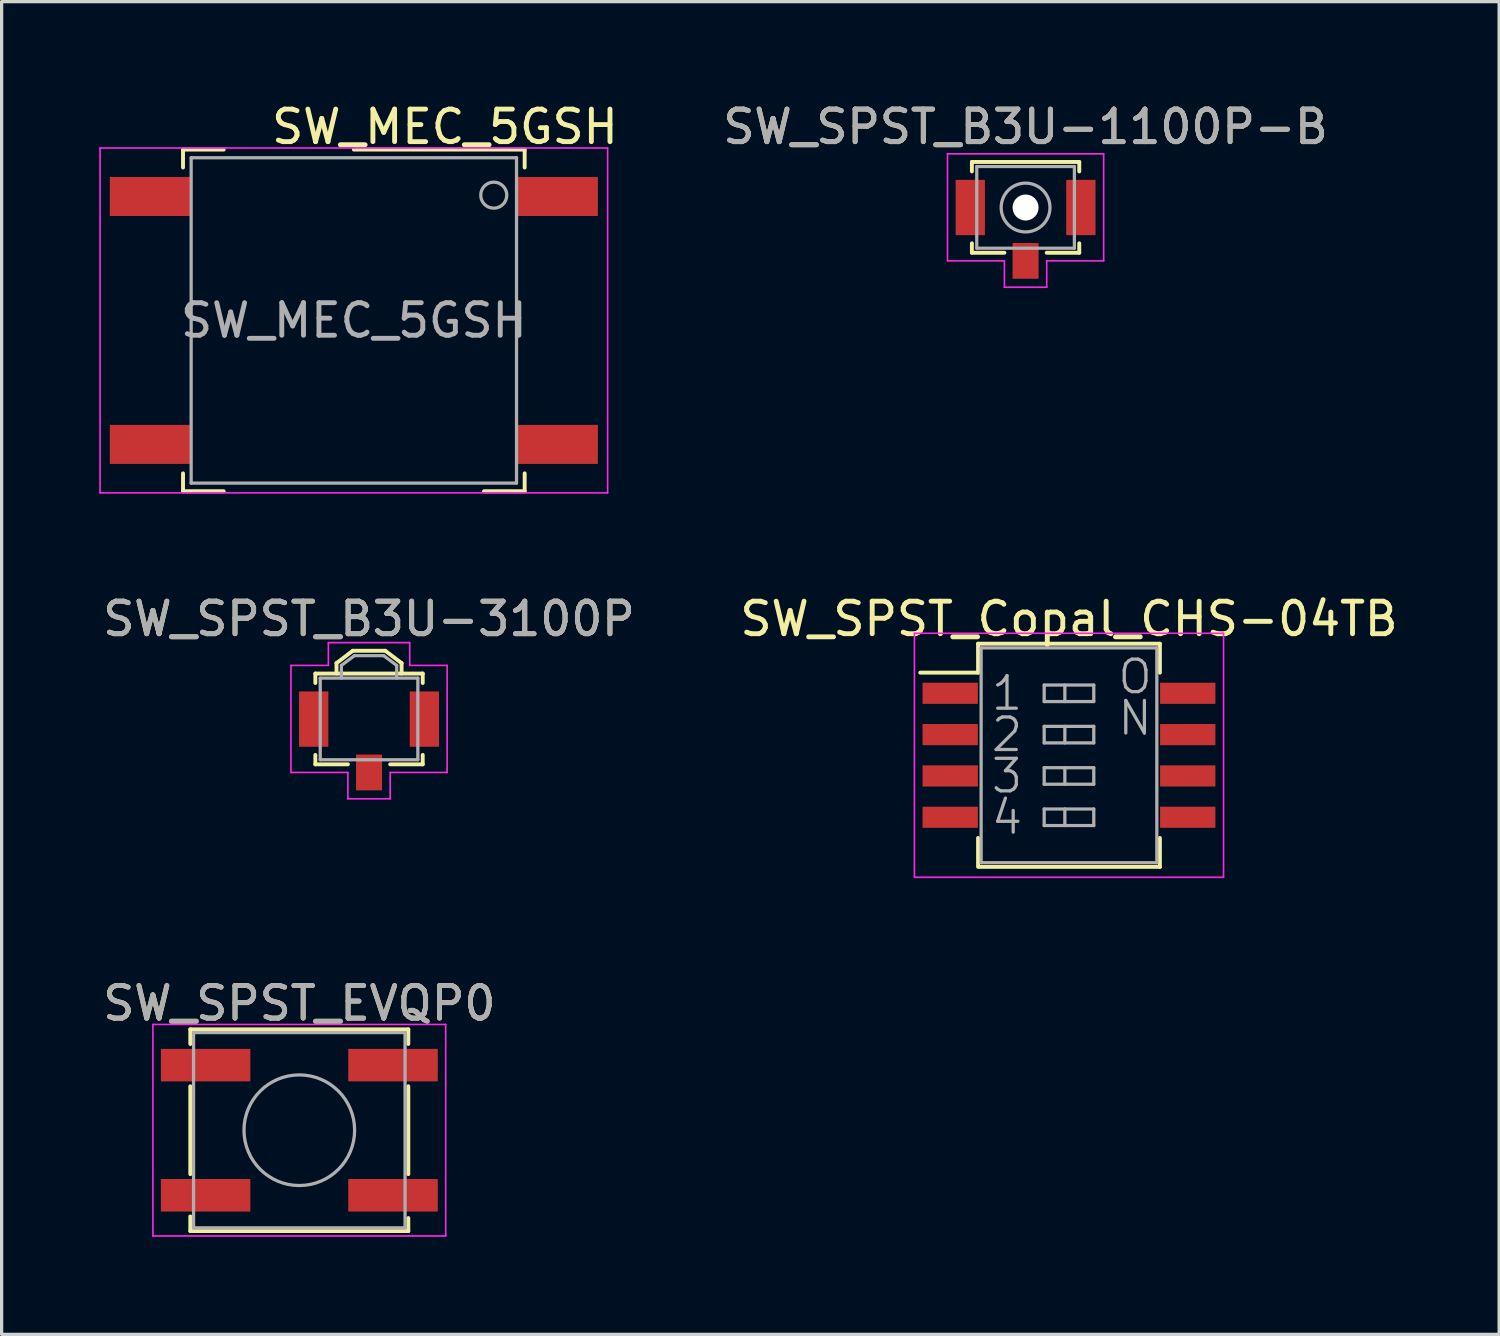
<source format=kicad_pcb>
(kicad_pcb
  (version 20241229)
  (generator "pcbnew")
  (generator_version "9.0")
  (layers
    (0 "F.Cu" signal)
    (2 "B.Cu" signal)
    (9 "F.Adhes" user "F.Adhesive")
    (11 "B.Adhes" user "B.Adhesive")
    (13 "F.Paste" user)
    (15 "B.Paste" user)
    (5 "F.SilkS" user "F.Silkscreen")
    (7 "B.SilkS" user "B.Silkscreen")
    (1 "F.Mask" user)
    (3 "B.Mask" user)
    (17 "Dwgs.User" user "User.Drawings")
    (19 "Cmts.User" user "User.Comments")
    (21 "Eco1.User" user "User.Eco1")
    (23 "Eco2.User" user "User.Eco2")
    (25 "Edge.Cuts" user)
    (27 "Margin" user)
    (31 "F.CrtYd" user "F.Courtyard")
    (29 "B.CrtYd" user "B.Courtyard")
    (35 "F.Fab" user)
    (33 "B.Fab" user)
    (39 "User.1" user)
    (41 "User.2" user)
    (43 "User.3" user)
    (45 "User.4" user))
  (footprint "SW_SPST_EVQP0"
    (layer "F.Cu")
    (at 6.149 31.686)
    (property "Reference" "SW_SPST_EVQP0" (at 0 -3.9 0) (layer "F.SilkS") (effects (font (size 1 1) (thickness 0.15))))
    (attr smd)
    (fp_line (start -3.35 -3.1) (end 3.35 -3.1) (stroke (width 0.12) (type solid)) (layer "F.SilkS"))
    (fp_line (start -3.35 -2.65) (end -3.35 -3.1) (stroke (width 0.12) (type solid)) (layer "F.SilkS"))
    (fp_line (start -3.35 1.35) (end -3.35 -1.35) (stroke (width 0.12) (type solid)) (layer "F.SilkS"))
    (fp_line (start -3.35 2.65) (end -3.35 3.1) (stroke (width 0.12) (type solid)) (layer "F.SilkS"))
    (fp_line (start -3.35 3.1) (end 3.35 3.1) (stroke (width 0.12) (type solid)) (layer "F.SilkS"))
    (fp_line (start 3.35 -3.1) (end 3.35 -2.65) (stroke (width 0.12) (type solid)) (layer "F.SilkS"))
    (fp_line (start 3.35 -1.35) (end 3.35 1.35) (stroke (width 0.12) (type solid)) (layer "F.SilkS"))
    (fp_line (start 3.35 3.1) (end 3.35 2.7) (stroke (width 0.12) (type solid)) (layer "F.SilkS"))
    (fp_line (start -4.5 -3.25) (end 4.5 -3.25) (stroke (width 0.05) (type solid)) (layer "F.CrtYd"))
    (fp_line (start -4.5 3.25) (end -4.5 -3.25) (stroke (width 0.05) (type solid)) (layer "F.CrtYd"))
    (fp_line (start 4.5 -3.25) (end 4.5 3.25) (stroke (width 0.05) (type solid)) (layer "F.CrtYd"))
    (fp_line (start 4.5 3.25) (end -4.5 3.25) (stroke (width 0.05) (type solid)) (layer "F.CrtYd"))
    (fp_line (start -3.25 -3) (end 3.25 -3) (stroke (width 0.1) (type solid)) (layer "F.Fab"))
    (fp_line (start -3.25 3) (end -3.25 -3) (stroke (width 0.1) (type solid)) (layer "F.Fab"))
    (fp_line (start 3.25 -3) (end 3.25 3) (stroke (width 0.1) (type solid)) (layer "F.Fab"))
    (fp_line (start 3.25 3) (end -3.25 3) (stroke (width 0.1) (type solid)) (layer "F.Fab"))
    (fp_circle (center 0 0) (end 1.7 0) (stroke (width 0.1) (type solid)) (fill no) (layer "F.Fab"))
    (fp_text user "${REFERENCE}" (at 0 -3.9 0) (layer "F.Fab") (effects (font (size 1 1) (thickness 0.15))))
    (pad "1" smd rect (at -2.88 -2) (size 2.75 1) (layers "F.Cu" "F.Mask" "F.Paste"))
    (pad "1" smd rect (at 2.88 -2) (size 2.75 1) (layers "F.Cu" "F.Mask" "F.Paste"))
    (pad "2" smd rect (at -2.88 2) (size 2.75 1) (layers "F.Cu" "F.Mask" "F.Paste"))
    (pad "2" smd rect (at 2.88 2) (size 2.75 1) (layers "F.Cu" "F.Mask" "F.Paste")))
  (footprint "SW_SPST_Copal_CHS-04TB"
    (layer "F.Cu")
    (at 29.804 20.163)
    (property "Reference" "SW_SPST_Copal_CHS-04TB" (at 0 -4.191 0) (layer "F.SilkS") (effects (font (size 1 1) (thickness 0.15))))
    (attr smd)
    (fp_line (start -2.794 -3.429) (end -2.794 -2.54) (stroke (width 0.12) (type solid)) (layer "F.SilkS"))
    (fp_line (start -2.794 -3.429) (end 2.794 -3.429) (stroke (width 0.12) (type solid)) (layer "F.SilkS"))
    (fp_line (start -2.794 -2.54) (end -4.572 -2.54) (stroke (width 0.12) (type solid)) (layer "F.SilkS"))
    (fp_line (start -2.794 3.429) (end -2.794 2.54) (stroke (width 0.12) (type solid)) (layer "F.SilkS"))
    (fp_line (start -2.75 3.429) (end 2.794 3.429) (stroke (width 0.12) (type solid)) (layer "F.SilkS"))
    (fp_line (start 2.794 -3.429) (end 2.794 -2.54) (stroke (width 0.12) (type solid)) (layer "F.SilkS"))
    (fp_line (start 2.794 3.429) (end 2.794 2.54) (stroke (width 0.12) (type solid)) (layer "F.SilkS"))
    (fp_line (start -4.75 -3.75) (end -4.75 3.75) (stroke (width 0.05) (type solid)) (layer "F.CrtYd"))
    (fp_line (start -4.75 -3.75) (end 4.75 -3.75) (stroke (width 0.05) (type solid)) (layer "F.CrtYd"))
    (fp_line (start -4.75 3.75) (end 4.75 3.75) (stroke (width 0.05) (type solid)) (layer "F.CrtYd"))
    (fp_line (start 4.75 -3.75) (end 4.75 3.75) (stroke (width 0.05) (type solid)) (layer "F.CrtYd"))
    (fp_line (start -2.7 -3.3) (end 2.7 -3.3) (stroke (width 0.1) (type solid)) (layer "F.Fab"))
    (fp_line (start -2.7 3.3) (end -2.7 -3.3) (stroke (width 0.1) (type solid)) (layer "F.Fab"))
    (fp_line (start -0.762 -2.159) (end -0.762 -1.651) (stroke (width 0.1) (type solid)) (layer "F.Fab"))
    (fp_line (start -0.762 -1.651) (end 0.762 -1.651) (stroke (width 0.1) (type solid)) (layer "F.Fab"))
    (fp_line (start -0.762 -0.889) (end -0.762 -0.381) (stroke (width 0.1) (type solid)) (layer "F.Fab"))
    (fp_line (start -0.762 -0.381) (end 0.762 -0.381) (stroke (width 0.1) (type solid)) (layer "F.Fab"))
    (fp_line (start -0.762 0.381) (end -0.762 0.889) (stroke (width 0.1) (type solid)) (layer "F.Fab"))
    (fp_line (start -0.762 0.889) (end 0.762 0.889) (stroke (width 0.1) (type solid)) (layer "F.Fab"))
    (fp_line (start -0.762 1.651) (end -0.762 2.159) (stroke (width 0.1) (type solid)) (layer "F.Fab"))
    (fp_line (start -0.762 2.159) (end 0.762 2.159) (stroke (width 0.1) (type solid)) (layer "F.Fab"))
    (fp_line (start -0.127 -2.159) (end -0.127 -1.651) (stroke (width 0.1) (type solid)) (layer "F.Fab"))
    (fp_line (start -0.127 -0.889) (end -0.127 -0.381) (stroke (width 0.1) (type solid)) (layer "F.Fab"))
    (fp_line (start -0.127 0.381) (end -0.127 0.889) (stroke (width 0.1) (type solid)) (layer "F.Fab"))
    (fp_line (start -0.127 1.651) (end -0.127 2.159) (stroke (width 0.1) (type solid)) (layer "F.Fab"))
    (fp_line (start 0.762 -2.159) (end -0.762 -2.159) (stroke (width 0.1) (type solid)) (layer "F.Fab"))
    (fp_line (start 0.762 -1.651) (end 0.762 -2.159) (stroke (width 0.1) (type solid)) (layer "F.Fab"))
    (fp_line (start 0.762 -0.889) (end -0.762 -0.889) (stroke (width 0.1) (type solid)) (layer "F.Fab"))
    (fp_line (start 0.762 -0.381) (end 0.762 -0.889) (stroke (width 0.1) (type solid)) (layer "F.Fab"))
    (fp_line (start 0.762 0.381) (end -0.762 0.381) (stroke (width 0.1) (type solid)) (layer "F.Fab"))
    (fp_line (start 0.762 0.889) (end 0.762 0.381) (stroke (width 0.1) (type solid)) (layer "F.Fab"))
    (fp_line (start 0.762 1.651) (end -0.762 1.651) (stroke (width 0.1) (type solid)) (layer "F.Fab"))
    (fp_line (start 0.762 2.159) (end 0.762 1.651) (stroke (width 0.1) (type solid)) (layer "F.Fab"))
    (fp_line (start 2.7 -3.3) (end 2.7 3.3) (stroke (width 0.1) (type solid)) (layer "F.Fab"))
    (fp_line (start 2.7 3.3) (end -2.7 3.3) (stroke (width 0.1) (type solid)) (layer "F.Fab"))
    (fp_text user "O" (at 2.032 -2.413 0) (layer "F.Fab") (effects (font (size 1 1) (thickness 0.1))))
    (fp_text user "3" (at -1.905 0.635 0) (layer "F.Fab") (effects (font (size 1 1) (thickness 0.1))))
    (fp_text user "2" (at -1.905 -0.635 0) (layer "F.Fab") (effects (font (size 1 1) (thickness 0.1))))
    (fp_text user "1" (at -1.905 -1.905 0) (layer "F.Fab") (effects (font (size 1 1) (thickness 0.1))))
    (fp_text user "4" (at -1.905 1.905 0) (layer "F.Fab") (effects (font (size 1 1) (thickness 0.1))))
    (fp_text user "N" (at 2.032 -1.143 0) (layer "F.Fab") (effects (font (size 1 1) (thickness 0.1))))
    (pad "1" smd rect (at -3.65 -1.905) (size 1.7 0.65) (layers "F.Cu" "F.Mask" "F.Paste"))
    (pad "2" smd rect (at -3.65 -0.635) (size 1.7 0.65) (layers "F.Cu" "F.Mask" "F.Paste"))
    (pad "3" smd rect (at -3.65 0.635) (size 1.7 0.65) (layers "F.Cu" "F.Mask" "F.Paste"))
    (pad "4" smd rect (at -3.65 1.905) (size 1.7 0.65) (layers "F.Cu" "F.Mask" "F.Paste"))
    (pad "5" smd rect (at 3.65 1.905) (size 1.7 0.65) (layers "F.Cu" "F.Mask" "F.Paste"))
    (pad "6" smd rect (at 3.65 0.635) (size 1.7 0.65) (layers "F.Cu" "F.Mask" "F.Paste"))
    (pad "7" smd rect (at 3.65 -0.635) (size 1.7 0.65) (layers "F.Cu" "F.Mask" "F.Paste"))
    (pad "8" smd rect (at 3.65 -1.905) (size 1.7 0.65) (layers "F.Cu" "F.Mask" "F.Paste")))
  (footprint "SW_SPST_B3U-3100P"
    (layer "F.Cu")
    (at 8.292 19.721)
    (property "Reference" "SW_SPST_B3U-3100P" (at 0 -3.75 0) (layer "F.SilkS") (effects (font (size 1 1) (thickness 0.15))))
    (attr smd)
    (fp_line (start -1.65 -2.07) (end 1.65 -2.07) (stroke (width 0.12) (type solid)) (layer "F.SilkS"))
    (fp_line (start -1.65 -1.78) (end -1.65 -2.07) (stroke (width 0.12) (type solid)) (layer "F.SilkS"))
    (fp_line (start -1.65 0.43) (end -1.65 0.72) (stroke (width 0.12) (type solid)) (layer "F.SilkS"))
    (fp_line (start -1.65 0.72) (end -0.65 0.72) (stroke (width 0.12) (type solid)) (layer "F.SilkS"))
    (fp_line (start -1 -2.39) (end -1 -2.07) (stroke (width 0.12) (type solid)) (layer "F.SilkS"))
    (fp_line (start -0.5 -2.77) (end -1 -2.39) (stroke (width 0.12) (type solid)) (layer "F.SilkS"))
    (fp_line (start -0.5 -2.77) (end 0.5 -2.77) (stroke (width 0.12) (type solid)) (layer "F.SilkS"))
    (fp_line (start 0.5 -2.77) (end 1 -2.39) (stroke (width 0.12) (type solid)) (layer "F.SilkS"))
    (fp_line (start 1 -2.39) (end 1 -2.07) (stroke (width 0.12) (type solid)) (layer "F.SilkS"))
    (fp_line (start 1.65 -2.07) (end 1.65 -1.78) (stroke (width 0.12) (type solid)) (layer "F.SilkS"))
    (fp_line (start 1.65 0.72) (end 0.65 0.72) (stroke (width 0.12) (type solid)) (layer "F.SilkS"))
    (fp_line (start 1.65 0.72) (end 1.65 0.43) (stroke (width 0.12) (type solid)) (layer "F.SilkS"))
    (fp_line (start -2.4 -2.32) (end -2.4 0.97) (stroke (width 0.05) (type solid)) (layer "F.CrtYd"))
    (fp_line (start -2.4 0.97) (end -0.65 0.97) (stroke (width 0.05) (type solid)) (layer "F.CrtYd"))
    (fp_line (start -1.25 -3.02) (end 1.25 -3.02) (stroke (width 0.05) (type solid)) (layer "F.CrtYd"))
    (fp_line (start -1.25 -2.32) (end -2.4 -2.32) (stroke (width 0.05) (type solid)) (layer "F.CrtYd"))
    (fp_line (start -1.25 -2.32) (end -1.25 -3.02) (stroke (width 0.05) (type solid)) (layer "F.CrtYd"))
    (fp_line (start -0.65 0.97) (end -0.65 1.78) (stroke (width 0.05) (type solid)) (layer "F.CrtYd"))
    (fp_line (start -0.65 1.78) (end 0.65 1.78) (stroke (width 0.05) (type solid)) (layer "F.CrtYd"))
    (fp_line (start 0.65 0.97) (end 2.4 0.97) (stroke (width 0.05) (type solid)) (layer "F.CrtYd"))
    (fp_line (start 0.65 1.78) (end 0.65 0.97) (stroke (width 0.05) (type solid)) (layer "F.CrtYd"))
    (fp_line (start 1.25 -3.02) (end 1.25 -2.32) (stroke (width 0.05) (type solid)) (layer "F.CrtYd"))
    (fp_line (start 1.25 -2.32) (end 2.4 -2.32) (stroke (width 0.05) (type solid)) (layer "F.CrtYd"))
    (fp_line (start 2.4 0.97) (end 2.4 -2.32) (stroke (width 0.05) (type solid)) (layer "F.CrtYd"))
    (fp_line (start -1.5 -1.93) (end 1.5 -1.93) (stroke (width 0.1) (type solid)) (layer "F.Fab"))
    (fp_line (start -1.5 0.58) (end -1.5 -1.93) (stroke (width 0.1) (type solid)) (layer "F.Fab"))
    (fp_line (start -0.85 -2.32) (end -0.45 -2.62) (stroke (width 0.1) (type solid)) (layer "F.Fab"))
    (fp_line (start -0.85 -1.93) (end -0.85 -2.32) (stroke (width 0.1) (type solid)) (layer "F.Fab"))
    (fp_line (start -0.45 -2.62) (end 0.45 -2.62) (stroke (width 0.1) (type solid)) (layer "F.Fab"))
    (fp_line (start 0.45 -2.62) (end 0.85 -2.32) (stroke (width 0.1) (type solid)) (layer "F.Fab"))
    (fp_line (start 0.85 -2.32) (end 0.85 -1.93) (stroke (width 0.1) (type solid)) (layer "F.Fab"))
    (fp_line (start 1.5 -1.93) (end 1.5 0.58) (stroke (width 0.1) (type solid)) (layer "F.Fab"))
    (fp_line (start 1.5 0.58) (end -1.5 0.58) (stroke (width 0.1) (type solid)) (layer "F.Fab"))
    (fp_text user "${REFERENCE}" (at 0 -3.75 0) (layer "F.Fab") (effects (font (size 1 1) (thickness 0.15))))
    (pad "1" smd rect (at -1.7 -0.67) (size 0.9 1.7) (layers "F.Cu" "F.Mask" "F.Paste"))
    (pad "2" smd rect (at 1.7 -0.67) (size 0.9 1.7) (layers "F.Cu" "F.Mask" "F.Paste"))
    (pad "3" smd rect (at 0 0.97) (size 0.8 1.1) (layers "F.Cu" "F.Mask" "F.Paste")))
  (footprint "SW_MEC_5GSH"
    (layer "F.Cu")
    (at 7.825 6.798)
    (property "Reference" "SW_MEC_5GSH" (at 2.8 -5.95 0) (layer "F.SilkS") (effects (font (size 1 1) (thickness 0.15))))
    (attr smd)
    (fp_line (start -5.25 -5.25) (end -4 -5.25) (stroke (width 0.12) (type solid)) (layer "F.SilkS"))
    (fp_line (start -5.25 -4.7) (end -5.25 -5.25) (stroke (width 0.12) (type solid)) (layer "F.SilkS"))
    (fp_line (start -5.25 4.7) (end -5.25 5.25) (stroke (width 0.12) (type solid)) (layer "F.SilkS"))
    (fp_line (start -5.25 5.25) (end -4 5.25) (stroke (width 0.12) (type solid)) (layer "F.SilkS"))
    (fp_line (start 5.25 -5.25) (end 0 -5.25) (stroke (width 0.12) (type solid)) (layer "F.SilkS"))
    (fp_line (start 5.25 -4.7) (end 5.25 -5.25) (stroke (width 0.12) (type solid)) (layer "F.SilkS"))
    (fp_line (start 5.25 4.7) (end 5.25 5.25) (stroke (width 0.12) (type solid)) (layer "F.SilkS"))
    (fp_line (start 5.25 5.25) (end 4 5.25) (stroke (width 0.12) (type solid)) (layer "F.SilkS"))
    (fp_line (start -7.8 -5.3) (end 7.8 -5.3) (stroke (width 0.05) (type solid)) (layer "F.CrtYd"))
    (fp_line (start -7.8 5.3) (end -7.8 -5.3) (stroke (width 0.05) (type solid)) (layer "F.CrtYd"))
    (fp_line (start 7.8 -5.3) (end 7.8 5.3) (stroke (width 0.05) (type solid)) (layer "F.CrtYd"))
    (fp_line (start 7.8 5.3) (end -7.8 5.3) (stroke (width 0.05) (type solid)) (layer "F.CrtYd"))
    (fp_line (start -5 -5) (end 5 -5) (stroke (width 0.1) (type solid)) (layer "F.Fab"))
    (fp_line (start -5 5) (end -5 -5) (stroke (width 0.1) (type solid)) (layer "F.Fab"))
    (fp_line (start 5 -5) (end 5 5) (stroke (width 0.1) (type solid)) (layer "F.Fab"))
    (fp_line (start 5 5) (end -5 5) (stroke (width 0.1) (type solid)) (layer "F.Fab"))
    (fp_circle (center 4.3 -3.85) (end 4.7 -3.85) (stroke (width 0.1) (type solid)) (fill no) (layer "F.Fab"))
    (fp_text user "${REFERENCE}" (at 0 0 0) (layer "F.Fab") (effects (font (size 1 1) (thickness 0.15))))
    (pad "1" smd rect (at 6.25 -3.81) (size 2.5 1.2) (layers "F.Cu" "F.Mask" "F.Paste"))
    (pad "2" smd rect (at -6.25 -3.81) (size 2.5 1.2) (layers "F.Cu" "F.Mask" "F.Paste"))
    (pad "3" smd rect (at 6.25 3.81) (size 2.5 1.2) (layers "F.Cu" "F.Mask" "F.Paste"))
    (pad "4" smd rect (at -6.25 3.81) (size 2.5 1.2) (layers "F.Cu" "F.Mask" "F.Paste")))
  (footprint "SW_SPST_B3U-1100P-B"
    (layer "F.Cu")
    (at 28.47 3.998)
    (property "Reference" "SW_SPST_B3U-1100P-B" (at 0 -3.15 0) (layer "F.SilkS") (effects (font (size 1 1) (thickness 0.15))))
    (attr smd)
    (fp_line (start -1.65 -2.07) (end 1.65 -2.07) (stroke (width 0.12) (type solid)) (layer "F.SilkS"))
    (fp_line (start -1.65 -1.78) (end -1.65 -2.07) (stroke (width 0.12) (type solid)) (layer "F.SilkS"))
    (fp_line (start -1.65 0.43) (end -1.65 0.72) (stroke (width 0.12) (type solid)) (layer "F.SilkS"))
    (fp_line (start -1.65 0.72) (end -0.65 0.72) (stroke (width 0.12) (type solid)) (layer "F.SilkS"))
    (fp_line (start 1.65 -2.07) (end 1.65 -1.78) (stroke (width 0.12) (type solid)) (layer "F.SilkS"))
    (fp_line (start 1.65 0.72) (end 0.65 0.72) (stroke (width 0.12) (type solid)) (layer "F.SilkS"))
    (fp_line (start 1.65 0.72) (end 1.65 0.43) (stroke (width 0.12) (type solid)) (layer "F.SilkS"))
    (fp_line (start -2.4 -2.32) (end -2.4 0.97) (stroke (width 0.05) (type solid)) (layer "F.CrtYd"))
    (fp_line (start -2.4 0.97) (end -0.65 0.97) (stroke (width 0.05) (type solid)) (layer "F.CrtYd"))
    (fp_line (start -0.65 0.97) (end -0.65 1.78) (stroke (width 0.05) (type solid)) (layer "F.CrtYd"))
    (fp_line (start -0.65 1.78) (end 0.65 1.78) (stroke (width 0.05) (type solid)) (layer "F.CrtYd"))
    (fp_line (start 0.65 0.97) (end 2.4 0.97) (stroke (width 0.05) (type solid)) (layer "F.CrtYd"))
    (fp_line (start 0.65 1.78) (end 0.65 0.97) (stroke (width 0.05) (type solid)) (layer "F.CrtYd"))
    (fp_line (start 2.4 -2.32) (end -2.4 -2.32) (stroke (width 0.05) (type solid)) (layer "F.CrtYd"))
    (fp_line (start 2.4 0.97) (end 2.4 -2.32) (stroke (width 0.05) (type solid)) (layer "F.CrtYd"))
    (fp_line (start -1.5 -1.93) (end 1.5 -1.93) (stroke (width 0.1) (type solid)) (layer "F.Fab"))
    (fp_line (start -1.5 0.58) (end -1.5 -1.93) (stroke (width 0.1) (type solid)) (layer "F.Fab"))
    (fp_line (start 1.5 -1.93) (end 1.5 0.58) (stroke (width 0.1) (type solid)) (layer "F.Fab"))
    (fp_line (start 1.5 0.58) (end -1.5 0.58) (stroke (width 0.1) (type solid)) (layer "F.Fab"))
    (fp_circle (center 0 -0.67) (end 0.75 -0.67) (stroke (width 0.1) (type solid)) (fill no) (layer "F.Fab"))
    (fp_text user "${REFERENCE}" (at 0 -3.15 0) (layer "F.Fab") (effects (font (size 1 1) (thickness 0.15))))
    (pad "" np_thru_hole circle (at 0 -0.67) (size 0.8 0.8) (drill 0.8) (layers "*.Cu" "*.Mask"))
    (pad "1" smd rect (at -1.7 -0.67) (size 0.9 1.7) (layers "F.Cu" "F.Mask" "F.Paste"))
    (pad "2" smd rect (at 1.7 -0.67) (size 0.9 1.7) (layers "F.Cu" "F.Mask" "F.Paste"))
    (pad "3" smd rect (at 0 0.97) (size 0.8 1.1) (layers "F.Cu" "F.Mask" "F.Paste")))
  (gr_rect
    (start -3 -3)
    (end 43.024 37.961)
    (stroke (width 0.1) (type default))
    (fill no)
    (layer "Edge.Cuts")))
</source>
